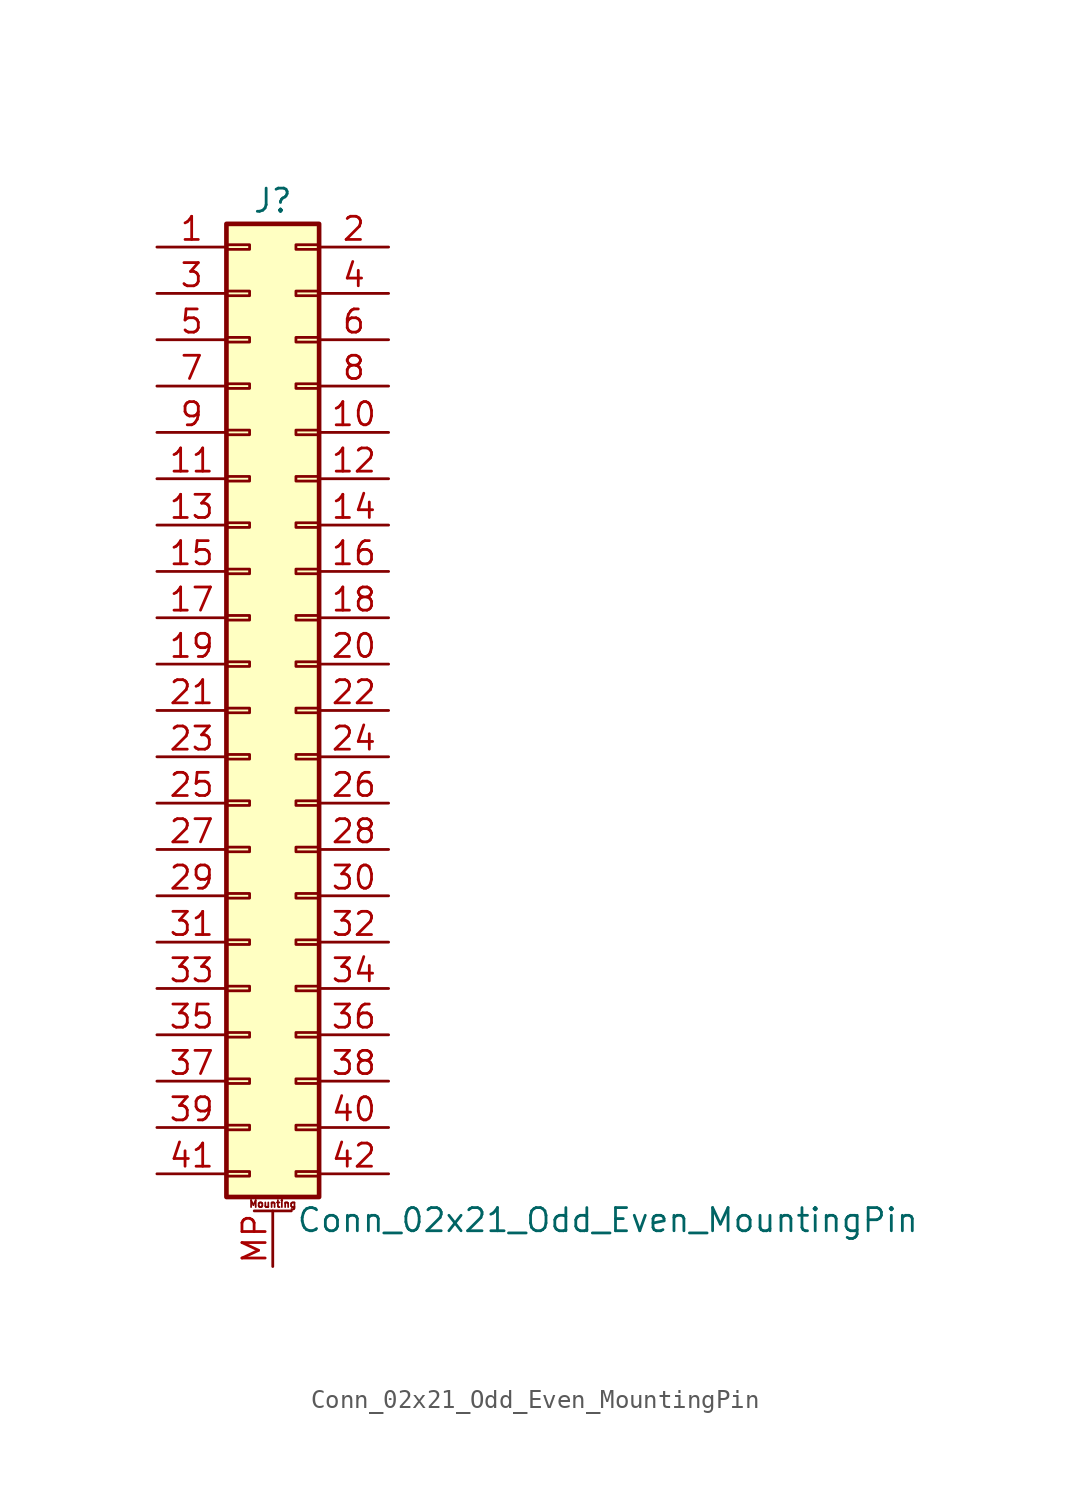
<source format=kicad_sym>
(kicad_symbol_lib
  (version 20201005)
  (generator kicad_symbol_editor)
  (symbol "Conn_02x21_Odd_Even_MountingPin"
    (pin_names
      (offset 1.016) hide)
    (property "Reference" "J"
      (at 1.27 27.94 0)
      (effects (font (size 1.27 1.27))))
    (property "Value" "Conn_02x21_Odd_Even_MountingPin"
      (at 2.54 -27.94 0)
      (effects (font (size 1.27 1.27)) (justify left)))
    (symbol "Conn_02x21_Odd_Even_MountingPin_1_1"
      (text "Mounting" (at 1.27 -27.051 0) (effects (font (size 0.381 0.381))))
      (rectangle (start -1.27 -25.273) (end 0 -25.527) (stroke (width 0.152)) (fill (type none)))
      (rectangle (start -1.27 -22.733) (end 0 -22.987) (stroke (width 0.152)) (fill (type none)))
      (rectangle (start -1.27 -20.193) (end 0 -20.447) (stroke (width 0.152)) (fill (type none)))
      (rectangle (start -1.27 -17.653) (end 0 -17.907) (stroke (width 0.152)) (fill (type none)))
      (rectangle (start -1.27 -15.113) (end 0 -15.367) (stroke (width 0.152)) (fill (type none)))
      (rectangle (start -1.27 -12.573) (end 0 -12.827) (stroke (width 0.152)) (fill (type none)))
      (rectangle (start -1.27 -10.033) (end 0 -10.287) (stroke (width 0.152)) (fill (type none)))
      (rectangle (start -1.27 -7.493) (end 0 -7.747) (stroke (width 0.152)) (fill (type none)))
      (rectangle (start -1.27 -4.953) (end 0 -5.207) (stroke (width 0.152)) (fill (type none)))
      (rectangle (start -1.27 -2.413) (end 0 -2.667) (stroke (width 0.152)) (fill (type none)))
      (rectangle (start -1.27 0.127) (end 0 -0.127) (stroke (width 0.152)) (fill (type none)))
      (rectangle (start -1.27 2.667) (end 0 2.413) (stroke (width 0.152)) (fill (type none)))
      (rectangle (start -1.27 5.207) (end 0 4.953) (stroke (width 0.152)) (fill (type none)))
      (rectangle (start -1.27 7.747) (end 0 7.493) (stroke (width 0.152)) (fill (type none)))
      (rectangle (start -1.27 10.287) (end 0 10.033) (stroke (width 0.152)) (fill (type none)))
      (rectangle (start -1.27 12.827) (end 0 12.573) (stroke (width 0.152)) (fill (type none)))
      (rectangle (start -1.27 15.367) (end 0 15.113) (stroke (width 0.152)) (fill (type none)))
      (rectangle (start -1.27 17.907) (end 0 17.653) (stroke (width 0.152)) (fill (type none)))
      (rectangle (start -1.27 20.447) (end 0 20.193) (stroke (width 0.152)) (fill (type none)))
      (rectangle (start -1.27 22.987) (end 0 22.733) (stroke (width 0.152)) (fill (type none)))
      (rectangle (start -1.27 25.527) (end 0 25.273) (stroke (width 0.152)) (fill (type none)))
      (rectangle (start 3.81 -25.273) (end 2.54 -25.527) (stroke (width 0.152)) (fill (type none)))
      (rectangle (start 3.81 -22.733) (end 2.54 -22.987) (stroke (width 0.152)) (fill (type none)))
      (rectangle (start 3.81 -20.193) (end 2.54 -20.447) (stroke (width 0.152)) (fill (type none)))
      (rectangle (start 3.81 -17.653) (end 2.54 -17.907) (stroke (width 0.152)) (fill (type none)))
      (rectangle (start 3.81 -15.113) (end 2.54 -15.367) (stroke (width 0.152)) (fill (type none)))
      (rectangle (start 3.81 -12.573) (end 2.54 -12.827) (stroke (width 0.152)) (fill (type none)))
      (rectangle (start 3.81 -10.033) (end 2.54 -10.287) (stroke (width 0.152)) (fill (type none)))
      (rectangle (start 3.81 -7.493) (end 2.54 -7.747) (stroke (width 0.152)) (fill (type none)))
      (rectangle (start 3.81 -4.953) (end 2.54 -5.207) (stroke (width 0.152)) (fill (type none)))
      (rectangle (start 3.81 -2.413) (end 2.54 -2.667) (stroke (width 0.152)) (fill (type none)))
      (rectangle (start 3.81 0.127) (end 2.54 -0.127) (stroke (width 0.152)) (fill (type none)))
      (rectangle (start 3.81 2.667) (end 2.54 2.413) (stroke (width 0.152)) (fill (type none)))
      (rectangle (start 3.81 5.207) (end 2.54 4.953) (stroke (width 0.152)) (fill (type none)))
      (rectangle (start 3.81 7.747) (end 2.54 7.493) (stroke (width 0.152)) (fill (type none)))
      (rectangle (start 3.81 10.287) (end 2.54 10.033) (stroke (width 0.152)) (fill (type none)))
      (rectangle (start 3.81 12.827) (end 2.54 12.573) (stroke (width 0.152)) (fill (type none)))
      (rectangle (start 3.81 15.367) (end 2.54 15.113) (stroke (width 0.152)) (fill (type none)))
      (rectangle (start 3.81 17.907) (end 2.54 17.653) (stroke (width 0.152)) (fill (type none)))
      (rectangle (start 3.81 20.447) (end 2.54 20.193) (stroke (width 0.152)) (fill (type none)))
      (rectangle (start 3.81 22.987) (end 2.54 22.733) (stroke (width 0.152)) (fill (type none)))
      (rectangle (start 3.81 25.527) (end 2.54 25.273) (stroke (width 0.152)) (fill (type none)))
      (rectangle (start -1.27 26.67) (end 3.81 -26.67) (stroke (width 0.254)) (fill (type background)))
      (polyline (pts (xy 0.254 -27.432) (xy 2.286 -27.432)) (stroke (width 0.152)) (fill (type none)))
      (pin passive line (at -5.08 25.4 0) (length 3.81) (name "Pin_1" (effects (font (size 1.27 1.27)))) (number "1" (effects (font (size 1.27 1.27)))))
      (pin passive line (at 7.62 15.24 180) (length 3.81) (name "Pin_10" (effects (font (size 1.27 1.27)))) (number "10" (effects (font (size 1.27 1.27)))))
      (pin passive line (at -5.08 12.7 0) (length 3.81) (name "Pin_11" (effects (font (size 1.27 1.27)))) (number "11" (effects (font (size 1.27 1.27)))))
      (pin passive line (at 7.62 12.7 180) (length 3.81) (name "Pin_12" (effects (font (size 1.27 1.27)))) (number "12" (effects (font (size 1.27 1.27)))))
      (pin passive line (at -5.08 10.16 0) (length 3.81) (name "Pin_13" (effects (font (size 1.27 1.27)))) (number "13" (effects (font (size 1.27 1.27)))))
      (pin passive line (at 7.62 10.16 180) (length 3.81) (name "Pin_14" (effects (font (size 1.27 1.27)))) (number "14" (effects (font (size 1.27 1.27)))))
      (pin passive line (at -5.08 7.62 0) (length 3.81) (name "Pin_15" (effects (font (size 1.27 1.27)))) (number "15" (effects (font (size 1.27 1.27)))))
      (pin passive line (at 7.62 7.62 180) (length 3.81) (name "Pin_16" (effects (font (size 1.27 1.27)))) (number "16" (effects (font (size 1.27 1.27)))))
      (pin passive line (at -5.08 5.08 0) (length 3.81) (name "Pin_17" (effects (font (size 1.27 1.27)))) (number "17" (effects (font (size 1.27 1.27)))))
      (pin passive line (at 7.62 5.08 180) (length 3.81) (name "Pin_18" (effects (font (size 1.27 1.27)))) (number "18" (effects (font (size 1.27 1.27)))))
      (pin passive line (at -5.08 2.54 0) (length 3.81) (name "Pin_19" (effects (font (size 1.27 1.27)))) (number "19" (effects (font (size 1.27 1.27)))))
      (pin passive line (at 7.62 25.4 180) (length 3.81) (name "Pin_2" (effects (font (size 1.27 1.27)))) (number "2" (effects (font (size 1.27 1.27)))))
      (pin passive line (at 7.62 2.54 180) (length 3.81) (name "Pin_20" (effects (font (size 1.27 1.27)))) (number "20" (effects (font (size 1.27 1.27)))))
      (pin passive line (at -5.08 0 0) (length 3.81) (name "Pin_21" (effects (font (size 1.27 1.27)))) (number "21" (effects (font (size 1.27 1.27)))))
      (pin passive line (at 7.62 0 180) (length 3.81) (name "Pin_22" (effects (font (size 1.27 1.27)))) (number "22" (effects (font (size 1.27 1.27)))))
      (pin passive line (at -5.08 -2.54 0) (length 3.81) (name "Pin_23" (effects (font (size 1.27 1.27)))) (number "23" (effects (font (size 1.27 1.27)))))
      (pin passive line (at 7.62 -2.54 180) (length 3.81) (name "Pin_24" (effects (font (size 1.27 1.27)))) (number "24" (effects (font (size 1.27 1.27)))))
      (pin passive line (at -5.08 -5.08 0) (length 3.81) (name "Pin_25" (effects (font (size 1.27 1.27)))) (number "25" (effects (font (size 1.27 1.27)))))
      (pin passive line (at 7.62 -5.08 180) (length 3.81) (name "Pin_26" (effects (font (size 1.27 1.27)))) (number "26" (effects (font (size 1.27 1.27)))))
      (pin passive line (at -5.08 -7.62 0) (length 3.81) (name "Pin_27" (effects (font (size 1.27 1.27)))) (number "27" (effects (font (size 1.27 1.27)))))
      (pin passive line (at 7.62 -7.62 180) (length 3.81) (name "Pin_28" (effects (font (size 1.27 1.27)))) (number "28" (effects (font (size 1.27 1.27)))))
      (pin passive line (at -5.08 -10.16 0) (length 3.81) (name "Pin_29" (effects (font (size 1.27 1.27)))) (number "29" (effects (font (size 1.27 1.27)))))
      (pin passive line (at -5.08 22.86 0) (length 3.81) (name "Pin_3" (effects (font (size 1.27 1.27)))) (number "3" (effects (font (size 1.27 1.27)))))
      (pin passive line (at 7.62 -10.16 180) (length 3.81) (name "Pin_30" (effects (font (size 1.27 1.27)))) (number "30" (effects (font (size 1.27 1.27)))))
      (pin passive line (at -5.08 -12.7 0) (length 3.81) (name "Pin_31" (effects (font (size 1.27 1.27)))) (number "31" (effects (font (size 1.27 1.27)))))
      (pin passive line (at 7.62 -12.7 180) (length 3.81) (name "Pin_32" (effects (font (size 1.27 1.27)))) (number "32" (effects (font (size 1.27 1.27)))))
      (pin passive line (at -5.08 -15.24 0) (length 3.81) (name "Pin_33" (effects (font (size 1.27 1.27)))) (number "33" (effects (font (size 1.27 1.27)))))
      (pin passive line (at 7.62 -15.24 180) (length 3.81) (name "Pin_34" (effects (font (size 1.27 1.27)))) (number "34" (effects (font (size 1.27 1.27)))))
      (pin passive line (at -5.08 -17.78 0) (length 3.81) (name "Pin_35" (effects (font (size 1.27 1.27)))) (number "35" (effects (font (size 1.27 1.27)))))
      (pin passive line (at 7.62 -17.78 180) (length 3.81) (name "Pin_36" (effects (font (size 1.27 1.27)))) (number "36" (effects (font (size 1.27 1.27)))))
      (pin passive line (at -5.08 -20.32 0) (length 3.81) (name "Pin_37" (effects (font (size 1.27 1.27)))) (number "37" (effects (font (size 1.27 1.27)))))
      (pin passive line (at 7.62 -20.32 180) (length 3.81) (name "Pin_38" (effects (font (size 1.27 1.27)))) (number "38" (effects (font (size 1.27 1.27)))))
      (pin passive line (at -5.08 -22.86 0) (length 3.81) (name "Pin_39" (effects (font (size 1.27 1.27)))) (number "39" (effects (font (size 1.27 1.27)))))
      (pin passive line (at 7.62 22.86 180) (length 3.81) (name "Pin_4" (effects (font (size 1.27 1.27)))) (number "4" (effects (font (size 1.27 1.27)))))
      (pin passive line (at 7.62 -22.86 180) (length 3.81) (name "Pin_40" (effects (font (size 1.27 1.27)))) (number "40" (effects (font (size 1.27 1.27)))))
      (pin passive line (at -5.08 -25.4 0) (length 3.81) (name "Pin_41" (effects (font (size 1.27 1.27)))) (number "41" (effects (font (size 1.27 1.27)))))
      (pin passive line (at 7.62 -25.4 180) (length 3.81) (name "Pin_42" (effects (font (size 1.27 1.27)))) (number "42" (effects (font (size 1.27 1.27)))))
      (pin passive line (at -5.08 20.32 0) (length 3.81) (name "Pin_5" (effects (font (size 1.27 1.27)))) (number "5" (effects (font (size 1.27 1.27)))))
      (pin passive line (at 7.62 20.32 180) (length 3.81) (name "Pin_6" (effects (font (size 1.27 1.27)))) (number "6" (effects (font (size 1.27 1.27)))))
      (pin passive line (at -5.08 17.78 0) (length 3.81) (name "Pin_7" (effects (font (size 1.27 1.27)))) (number "7" (effects (font (size 1.27 1.27)))))
      (pin passive line (at 7.62 17.78 180) (length 3.81) (name "Pin_8" (effects (font (size 1.27 1.27)))) (number "8" (effects (font (size 1.27 1.27)))))
      (pin passive line (at -5.08 15.24 0) (length 3.81) (name "Pin_9" (effects (font (size 1.27 1.27)))) (number "9" (effects (font (size 1.27 1.27)))))
      (pin passive line (at 1.27 -30.48 90) (length 3.048) (name "MountPin" (effects (font (size 1.27 1.27)))) (number "MP" (effects (font (size 1.27 1.27))))))))
</source>
